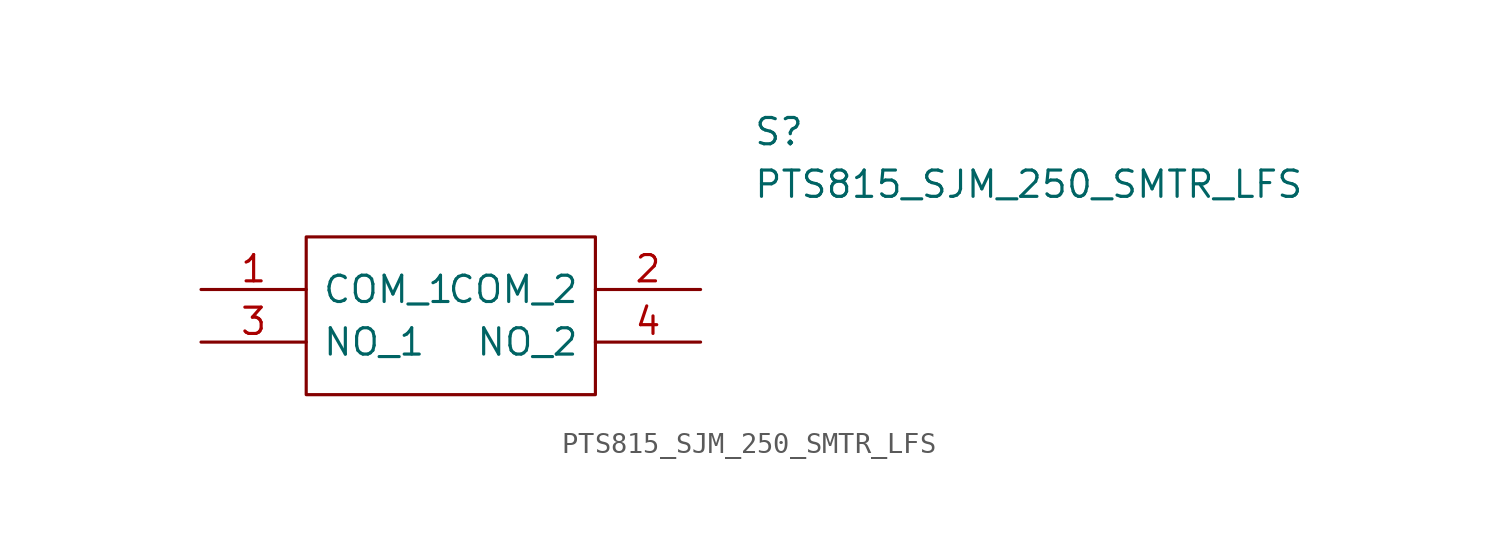
<source format=kicad_sym>
(kicad_symbol_lib
  (version 20211014)
  (generator kicad_symbol_editor)
  (symbol "PTS815_SJM_250_SMTR_LFS"
    (pin_names
      (offset 0.762))
    (property "Reference" "S"
      (at 26.67 7.62 0)
      (effects (font (size 1.27 1.27)) (justify left)))
    (property "Value" "PTS815_SJM_250_SMTR_LFS"
      (at 26.67 5.08 0)
      (effects (font (size 1.27 1.27)) (justify left)))
    (symbol "PTS815_SJM_250_SMTR_LFS_0_0"
      (pin passive line (at 0 0 0) (length 5.08) (name "COM_1" (effects (font (size 1.27 1.27)))) (number "1" (effects (font (size 1.27 1.27)))))
      (pin passive line (at 24.13 0 180) (length 5.08) (name "COM_2" (effects (font (size 1.27 1.27)))) (number "2" (effects (font (size 1.27 1.27)))))
      (pin passive line (at 0 -2.54 0) (length 5.08) (name "NO_1" (effects (font (size 1.27 1.27)))) (number "3" (effects (font (size 1.27 1.27)))))
      (pin passive line (at 24.13 -2.54 180) (length 5.08) (name "NO_2" (effects (font (size 1.27 1.27)))) (number "4" (effects (font (size 1.27 1.27))))))
    (symbol "PTS815_SJM_250_SMTR_LFS_0_1"
      (polyline (pts (xy 5.08 2.54) (xy 19.05 2.54) (xy 19.05 -5.08) (xy 5.08 -5.08) (xy 5.08 2.54)) (stroke (width 0.152) (type default) (color 0 0 0 0)) (fill (type none))))))
</source>
